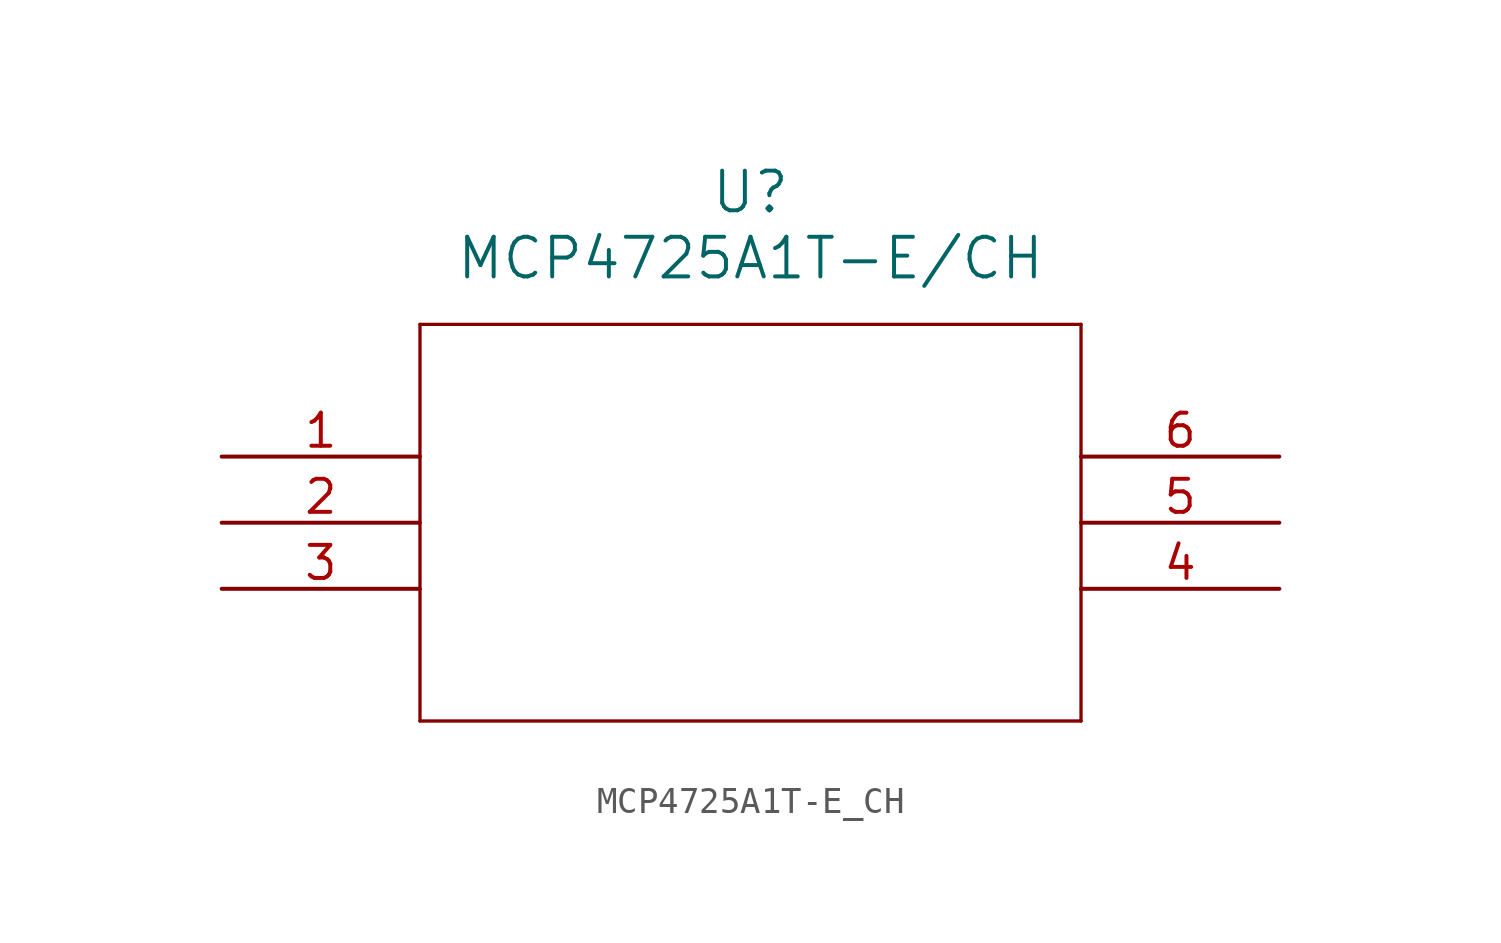
<source format=kicad_sym>
(kicad_symbol_lib
  (version 20211014)
  (generator kicad_symbol_editor)
  (symbol "MCP4725A1T-E_CH"
    (pin_names
      (offset 0.254))
    (property "Reference" "U"
      (at 20.32 10.16 0)
      (effects (font (size 1.524 1.524))))
    (property "Value" "MCP4725A1T-E/CH"
      (at 20.32 7.62 0)
      (effects (font (size 1.524 1.524))))
    (symbol "MCP4725A1T-E_CH_0_1"
      (polyline (pts (xy 7.62 5.08) (xy 7.62 -10.16)) (stroke (width 0.127) (type default) (color 0 0 0 0)) (fill (type none)))
      (polyline (pts (xy 7.62 -10.16) (xy 33.02 -10.16)) (stroke (width 0.127) (type default) (color 0 0 0 0)) (fill (type none)))
      (polyline (pts (xy 33.02 -10.16) (xy 33.02 5.08)) (stroke (width 0.127) (type default) (color 0 0 0 0)) (fill (type none)))
      (polyline (pts (xy 33.02 5.08) (xy 7.62 5.08)) (stroke (width 0.127) (type default) (color 0 0 0 0)) (fill (type none)))
      (pin unspecified line (at 0 0 0) (length 7.62) (name "" (effects (font (size 1.27 1.27)))) (number "1" (effects (font (size 1.27 1.27)))))
      (pin unspecified line (at 0 -2.54 0) (length 7.62) (name "" (effects (font (size 1.27 1.27)))) (number "2" (effects (font (size 1.27 1.27)))))
      (pin unspecified line (at 0 -5.08 0) (length 7.62) (name "" (effects (font (size 1.27 1.27)))) (number "3" (effects (font (size 1.27 1.27)))))
      (pin unspecified line (at 40.64 -5.08 180) (length 7.62) (name "" (effects (font (size 1.27 1.27)))) (number "4" (effects (font (size 1.27 1.27)))))
      (pin unspecified line (at 40.64 -2.54 180) (length 7.62) (name "" (effects (font (size 1.27 1.27)))) (number "5" (effects (font (size 1.27 1.27)))))
      (pin unspecified line (at 40.64 0 180) (length 7.62) (name "" (effects (font (size 1.27 1.27)))) (number "6" (effects (font (size 1.27 1.27))))))))
</source>
